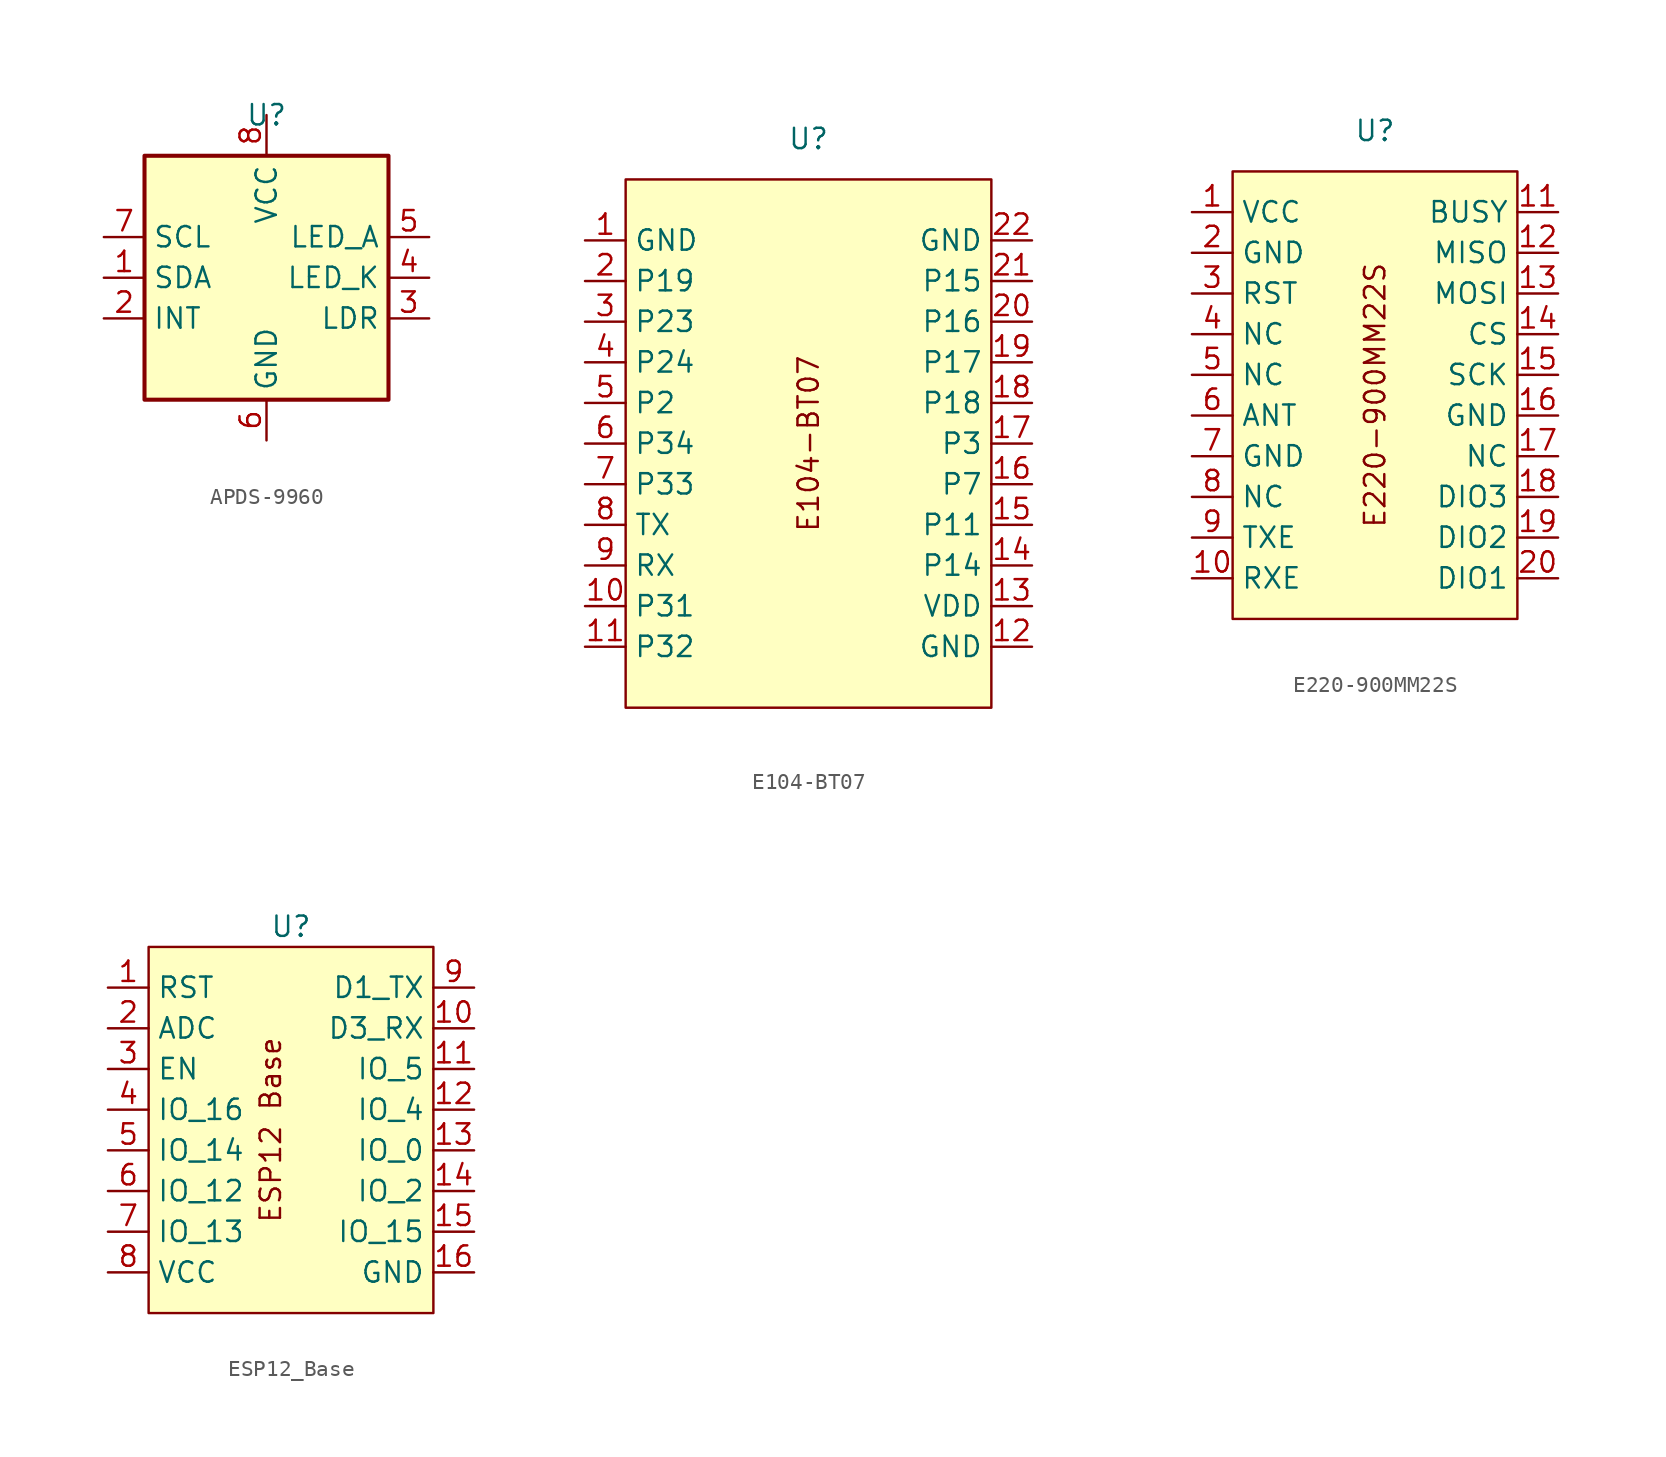
<source format=kicad_sym>
(kicad_symbol_lib
  (version 20220914)
  (generator kicad_symbol_editor)
  (symbol "APDS-9960"
    (property "Reference" "U"
      (at 0 0 0)
      (effects (font (size 1.27 1.27))))
    (property "Value" ""
      (at 0 0 0)
      (effects (font (size 1.27 1.27))))
    (symbol "APDS-9960_0_1"
      (rectangle (start -7.62 -2.54) (end 7.62 -17.78) (stroke (width 0.254) (type default)) (fill (type background))))
    (symbol "APDS-9960_1_1"
      (pin bidirectional line (at -10.16 -10.16 0) (length 2.54) (name "SDA" (effects (font (size 1.27 1.27)))) (number "1" (effects (font (size 1.27 1.27)))))
      (pin open_collector line (at -10.16 -12.7 0) (length 2.54) (name "INT" (effects (font (size 1.27 1.27)))) (number "2" (effects (font (size 1.27 1.27)))))
      (pin passive line (at 10.16 -12.7 180) (length 2.54) (name "LDR" (effects (font (size 1.27 1.27)))) (number "3" (effects (font (size 1.27 1.27)))))
      (pin passive line (at 10.16 -10.16 180) (length 2.54) (name "LED_K" (effects (font (size 1.27 1.27)))) (number "4" (effects (font (size 1.27 1.27)))))
      (pin passive line (at 10.16 -7.62 180) (length 2.54) (name "LED_A" (effects (font (size 1.27 1.27)))) (number "5" (effects (font (size 1.27 1.27)))))
      (pin bidirectional line (at 0 -20.32 90) (length 2.54) (name "GND" (effects (font (size 1.27 1.27)))) (number "6" (effects (font (size 1.27 1.27)))))
      (pin input line (at -10.16 -7.62 0) (length 2.54) (name "SCL" (effects (font (size 1.27 1.27)))) (number "7" (effects (font (size 1.27 1.27)))))
      (pin bidirectional line (at 0 0 270) (length 2.54) (name "VCC" (effects (font (size 1.27 1.27)))) (number "8" (effects (font (size 1.27 1.27)))))))
  (symbol "E104-BT07"
    (property "Reference" "U"
      (at 0 0 0)
      (effects (font (size 1.27 1.27))))
    (property "Value" ""
      (at 0 0 0)
      (effects (font (size 1.27 1.27))))
    (symbol "E104-BT07_1_1"
      (rectangle (start -11.43 -2.54) (end 11.43 -35.56) (stroke (width 0) (type default)) (fill (type background)))
      (text "E104-BT07" (at 0 -19.05 900) (effects (font (size 1.27 1.27))))
      (pin bidirectional line (at -13.97 -6.35 0) (length 2.54) (name "GND" (effects (font (size 1.27 1.27)))) (number "1" (effects (font (size 1.27 1.27)))))
      (pin bidirectional line (at -13.97 -29.21 0) (length 2.54) (name "P31" (effects (font (size 1.27 1.27)))) (number "10" (effects (font (size 1.27 1.27)))))
      (pin bidirectional line (at -13.97 -31.75 0) (length 2.54) (name "P32" (effects (font (size 1.27 1.27)))) (number "11" (effects (font (size 1.27 1.27)))))
      (pin bidirectional line (at 13.97 -31.75 180) (length 2.54) (name "GND" (effects (font (size 1.27 1.27)))) (number "12" (effects (font (size 1.27 1.27)))))
      (pin bidirectional line (at 13.97 -29.21 180) (length 2.54) (name "VDD" (effects (font (size 1.27 1.27)))) (number "13" (effects (font (size 1.27 1.27)))))
      (pin bidirectional line (at 13.97 -26.67 180) (length 2.54) (name "P14" (effects (font (size 1.27 1.27)))) (number "14" (effects (font (size 1.27 1.27)))))
      (pin bidirectional line (at 13.97 -24.13 180) (length 2.54) (name "P11" (effects (font (size 1.27 1.27)))) (number "15" (effects (font (size 1.27 1.27)))))
      (pin bidirectional line (at 13.97 -21.59 180) (length 2.54) (name "P7" (effects (font (size 1.27 1.27)))) (number "16" (effects (font (size 1.27 1.27)))))
      (pin bidirectional line (at 13.97 -19.05 180) (length 2.54) (name "P3" (effects (font (size 1.27 1.27)))) (number "17" (effects (font (size 1.27 1.27)))))
      (pin bidirectional line (at 13.97 -16.51 180) (length 2.54) (name "P18" (effects (font (size 1.27 1.27)))) (number "18" (effects (font (size 1.27 1.27)))))
      (pin bidirectional line (at 13.97 -13.97 180) (length 2.54) (name "P17" (effects (font (size 1.27 1.27)))) (number "19" (effects (font (size 1.27 1.27)))))
      (pin bidirectional line (at -13.97 -8.89 0) (length 2.54) (name "P19" (effects (font (size 1.27 1.27)))) (number "2" (effects (font (size 1.27 1.27)))))
      (pin bidirectional line (at 13.97 -11.43 180) (length 2.54) (name "P16" (effects (font (size 1.27 1.27)))) (number "20" (effects (font (size 1.27 1.27)))))
      (pin bidirectional line (at 13.97 -8.89 180) (length 2.54) (name "P15" (effects (font (size 1.27 1.27)))) (number "21" (effects (font (size 1.27 1.27)))))
      (pin bidirectional line (at 13.97 -6.35 180) (length 2.54) (name "GND" (effects (font (size 1.27 1.27)))) (number "22" (effects (font (size 1.27 1.27)))))
      (pin bidirectional line (at -13.97 -11.43 0) (length 2.54) (name "P23" (effects (font (size 1.27 1.27)))) (number "3" (effects (font (size 1.27 1.27)))))
      (pin bidirectional line (at -13.97 -13.97 0) (length 2.54) (name "P24" (effects (font (size 1.27 1.27)))) (number "4" (effects (font (size 1.27 1.27)))))
      (pin bidirectional line (at -13.97 -16.51 0) (length 2.54) (name "P2" (effects (font (size 1.27 1.27)))) (number "5" (effects (font (size 1.27 1.27)))))
      (pin bidirectional line (at -13.97 -19.05 0) (length 2.54) (name "P34" (effects (font (size 1.27 1.27)))) (number "6" (effects (font (size 1.27 1.27)))))
      (pin bidirectional line (at -13.97 -21.59 0) (length 2.54) (name "P33" (effects (font (size 1.27 1.27)))) (number "7" (effects (font (size 1.27 1.27)))))
      (pin bidirectional line (at -13.97 -24.13 0) (length 2.54) (name "TX" (effects (font (size 1.27 1.27)))) (number "8" (effects (font (size 1.27 1.27)))))
      (pin bidirectional line (at -13.97 -26.67 0) (length 2.54) (name "RX" (effects (font (size 1.27 1.27)))) (number "9" (effects (font (size 1.27 1.27)))))))
  (symbol "E220-900MM22S"
    (property "Reference" "U"
      (at 0 0 0)
      (effects (font (size 1.27 1.27))))
    (property "Value" ""
      (at 0 0 0)
      (effects (font (size 1.27 1.27))))
    (symbol "E220-900MM22S_1_1"
      (rectangle (start -8.89 -2.54) (end 8.89 -30.48) (stroke (width 0) (type default)) (fill (type background)))
      (text "E220-900MM22S" (at 0 -16.51 900) (effects (font (size 1.27 1.27))))
      (pin bidirectional line (at -11.43 -5.08 0) (length 2.54) (name "VCC" (effects (font (size 1.27 1.27)))) (number "1" (effects (font (size 1.27 1.27)))))
      (pin bidirectional line (at -11.43 -27.94 0) (length 2.54) (name "RXE" (effects (font (size 1.27 1.27)))) (number "10" (effects (font (size 1.27 1.27)))))
      (pin bidirectional line (at 11.43 -5.08 180) (length 2.54) (name "BUSY" (effects (font (size 1.27 1.27)))) (number "11" (effects (font (size 1.27 1.27)))))
      (pin bidirectional line (at 11.43 -7.62 180) (length 2.54) (name "MISO" (effects (font (size 1.27 1.27)))) (number "12" (effects (font (size 1.27 1.27)))))
      (pin bidirectional line (at 11.43 -10.16 180) (length 2.54) (name "MOSI" (effects (font (size 1.27 1.27)))) (number "13" (effects (font (size 1.27 1.27)))))
      (pin bidirectional line (at 11.43 -12.7 180) (length 2.54) (name "CS" (effects (font (size 1.27 1.27)))) (number "14" (effects (font (size 1.27 1.27)))))
      (pin bidirectional line (at 11.43 -15.24 180) (length 2.54) (name "SCK" (effects (font (size 1.27 1.27)))) (number "15" (effects (font (size 1.27 1.27)))))
      (pin bidirectional line (at 11.43 -17.78 180) (length 2.54) (name "GND" (effects (font (size 1.27 1.27)))) (number "16" (effects (font (size 1.27 1.27)))))
      (pin bidirectional line (at 11.43 -20.32 180) (length 2.54) (name "NC" (effects (font (size 1.27 1.27)))) (number "17" (effects (font (size 1.27 1.27)))))
      (pin bidirectional line (at 11.43 -22.86 180) (length 2.54) (name "DIO3" (effects (font (size 1.27 1.27)))) (number "18" (effects (font (size 1.27 1.27)))))
      (pin bidirectional line (at 11.43 -25.4 180) (length 2.54) (name "DIO2" (effects (font (size 1.27 1.27)))) (number "19" (effects (font (size 1.27 1.27)))))
      (pin bidirectional line (at -11.43 -7.62 0) (length 2.54) (name "GND" (effects (font (size 1.27 1.27)))) (number "2" (effects (font (size 1.27 1.27)))))
      (pin bidirectional line (at 11.43 -27.94 180) (length 2.54) (name "DIO1" (effects (font (size 1.27 1.27)))) (number "20" (effects (font (size 1.27 1.27)))))
      (pin bidirectional line (at -11.43 -10.16 0) (length 2.54) (name "RST" (effects (font (size 1.27 1.27)))) (number "3" (effects (font (size 1.27 1.27)))))
      (pin bidirectional line (at -11.43 -12.7 0) (length 2.54) (name "NC" (effects (font (size 1.27 1.27)))) (number "4" (effects (font (size 1.27 1.27)))))
      (pin bidirectional line (at -11.43 -15.24 0) (length 2.54) (name "NC" (effects (font (size 1.27 1.27)))) (number "5" (effects (font (size 1.27 1.27)))))
      (pin bidirectional line (at -11.43 -17.78 0) (length 2.54) (name "ANT" (effects (font (size 1.27 1.27)))) (number "6" (effects (font (size 1.27 1.27)))))
      (pin bidirectional line (at -11.43 -20.32 0) (length 2.54) (name "GND" (effects (font (size 1.27 1.27)))) (number "7" (effects (font (size 1.27 1.27)))))
      (pin bidirectional line (at -11.43 -22.86 0) (length 2.54) (name "NC" (effects (font (size 1.27 1.27)))) (number "8" (effects (font (size 1.27 1.27)))))
      (pin bidirectional line (at -11.43 -25.4 0) (length 2.54) (name "TXE" (effects (font (size 1.27 1.27)))) (number "9" (effects (font (size 1.27 1.27)))))))
  (symbol "ESP12_Base"
    (property "Reference" "U"
      (at 0 0 0)
      (effects (font (size 1.27 1.27))))
    (property "Value" ""
      (at 0 0 0)
      (effects (font (size 1.27 1.27))))
    (symbol "ESP12_Base_1_1"
      (rectangle (start -8.89 -1.27) (end 8.89 -24.13) (stroke (width 0) (type default)) (fill (type background)))
      (text "ESP12 Base\n" (at -1.27 -12.7 900) (effects (font (size 1.27 1.27))))
      (pin bidirectional line (at -11.43 -3.81 0) (length 2.54) (name "RST" (effects (font (size 1.27 1.27)))) (number "1" (effects (font (size 1.27 1.27)))))
      (pin bidirectional line (at 11.43 -6.35 180) (length 2.54) (name "D3_RX" (effects (font (size 1.27 1.27)))) (number "10" (effects (font (size 1.27 1.27)))))
      (pin bidirectional line (at 11.43 -8.89 180) (length 2.54) (name "IO_5" (effects (font (size 1.27 1.27)))) (number "11" (effects (font (size 1.27 1.27)))))
      (pin bidirectional line (at 11.43 -11.43 180) (length 2.54) (name "IO_4" (effects (font (size 1.27 1.27)))) (number "12" (effects (font (size 1.27 1.27)))))
      (pin bidirectional line (at 11.43 -13.97 180) (length 2.54) (name "IO_0" (effects (font (size 1.27 1.27)))) (number "13" (effects (font (size 1.27 1.27)))))
      (pin bidirectional line (at 11.43 -16.51 180) (length 2.54) (name "IO_2" (effects (font (size 1.27 1.27)))) (number "14" (effects (font (size 1.27 1.27)))))
      (pin bidirectional line (at 11.43 -19.05 180) (length 2.54) (name "IO_15" (effects (font (size 1.27 1.27)))) (number "15" (effects (font (size 1.27 1.27)))))
      (pin power_in line (at 11.43 -21.59 180) (length 2.54) (name "GND" (effects (font (size 1.27 1.27)))) (number "16" (effects (font (size 1.27 1.27)))))
      (pin bidirectional line (at -11.43 -6.35 0) (length 2.54) (name "ADC" (effects (font (size 1.27 1.27)))) (number "2" (effects (font (size 1.27 1.27)))))
      (pin input line (at -11.43 -8.89 0) (length 2.54) (name "EN" (effects (font (size 1.27 1.27)))) (number "3" (effects (font (size 1.27 1.27)))))
      (pin bidirectional line (at -11.43 -11.43 0) (length 2.54) (name "IO_16" (effects (font (size 1.27 1.27)))) (number "4" (effects (font (size 1.27 1.27)))))
      (pin bidirectional line (at -11.43 -13.97 0) (length 2.54) (name "IO_14" (effects (font (size 1.27 1.27)))) (number "5" (effects (font (size 1.27 1.27)))))
      (pin bidirectional line (at -11.43 -16.51 0) (length 2.54) (name "IO_12" (effects (font (size 1.27 1.27)))) (number "6" (effects (font (size 1.27 1.27)))))
      (pin bidirectional line (at -11.43 -19.05 0) (length 2.54) (name "IO_13" (effects (font (size 1.27 1.27)))) (number "7" (effects (font (size 1.27 1.27)))))
      (pin power_in line (at -11.43 -21.59 0) (length 2.54) (name "VCC" (effects (font (size 1.27 1.27)))) (number "8" (effects (font (size 1.27 1.27)))))
      (pin bidirectional line (at 11.43 -3.81 180) (length 2.54) (name "D1_TX" (effects (font (size 1.27 1.27)))) (number "9" (effects (font (size 1.27 1.27))))))))
</source>
